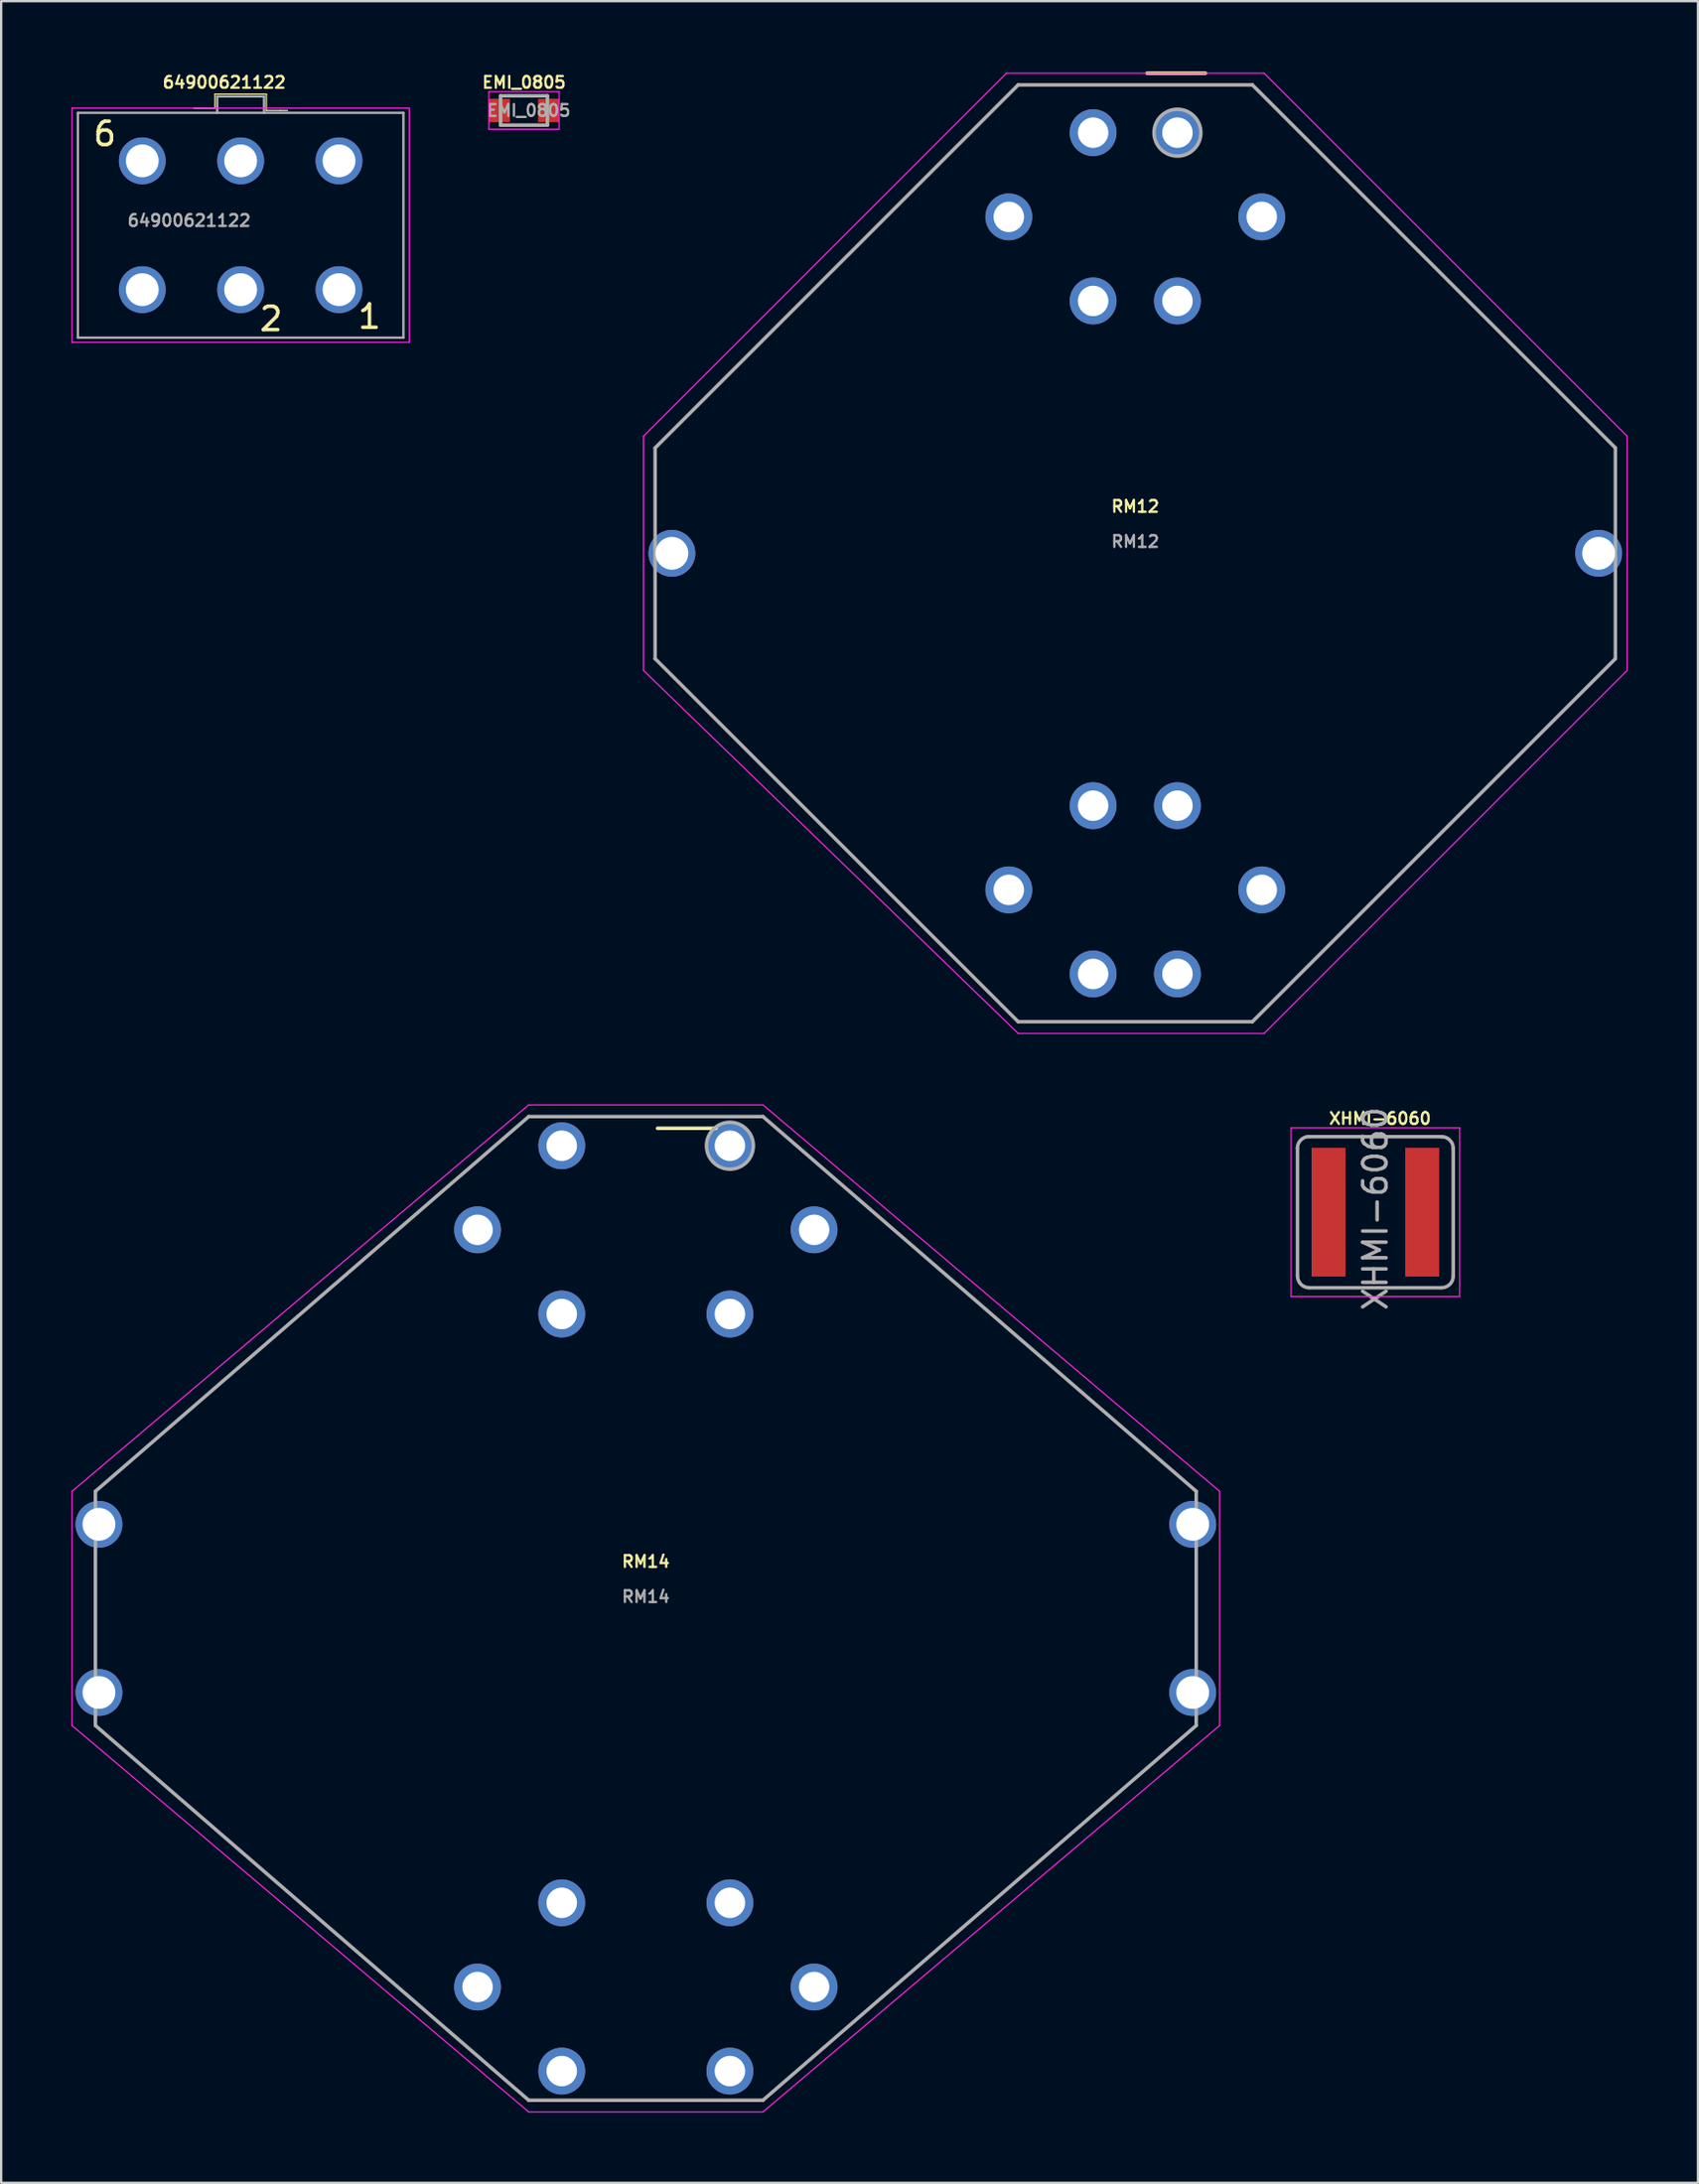
<source format=kicad_pcb>
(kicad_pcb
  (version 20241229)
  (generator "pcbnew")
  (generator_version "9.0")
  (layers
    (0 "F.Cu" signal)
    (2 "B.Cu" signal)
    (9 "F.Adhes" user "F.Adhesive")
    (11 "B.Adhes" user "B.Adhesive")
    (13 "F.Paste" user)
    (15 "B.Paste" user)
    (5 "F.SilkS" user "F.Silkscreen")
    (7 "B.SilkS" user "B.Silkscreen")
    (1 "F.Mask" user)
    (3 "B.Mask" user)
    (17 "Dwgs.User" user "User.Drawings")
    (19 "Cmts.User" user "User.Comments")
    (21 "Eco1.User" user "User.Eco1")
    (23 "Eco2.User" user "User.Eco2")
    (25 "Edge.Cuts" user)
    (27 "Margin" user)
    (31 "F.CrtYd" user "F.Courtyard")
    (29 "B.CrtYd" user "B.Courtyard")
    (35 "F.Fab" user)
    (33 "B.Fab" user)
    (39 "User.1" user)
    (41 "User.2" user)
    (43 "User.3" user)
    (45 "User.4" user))
  (footprint "XHMI-6060"
    (layer "F.Cu")
    (at 55.675 48.708)
    (property "Reference" "XHMI-6060" (at 0.2 -4 0) (layer "F.SilkS") (effects (font (size 0.5 0.5) (thickness 0.1))))
    (attr smd)
    (fp_line (start -3.6 -3.6) (end -3.6 3.6) (stroke (width 0.05) (type solid)) (layer "F.CrtYd"))
    (fp_line (start -3.6 3.6) (end 3.6 3.6) (stroke (width 0.05) (type solid)) (layer "F.CrtYd"))
    (fp_line (start 3.6 -3.6) (end -3.6 -3.6) (stroke (width 0.05) (type solid)) (layer "F.CrtYd"))
    (fp_line (start 3.6 3.6) (end 3.6 -3.6) (stroke (width 0.05) (type solid)) (layer "F.CrtYd"))
    (fp_line (start -3.325 2.72) (end -3.325 -2.73) (stroke (width 0.15) (type solid)) (layer "F.Fab"))
    (fp_line (start -2.82 -3.225) (end 2.83 -3.225) (stroke (width 0.15) (type solid)) (layer "F.Fab"))
    (fp_line (start 2.82 3.225) (end -2.83 3.225) (stroke (width 0.15) (type solid)) (layer "F.Fab"))
    (fp_line (start 3.325 -2.72) (end 3.325 2.71) (stroke (width 0.15) (type solid)) (layer "F.Fab"))
    (fp_arc (start -3.33 -2.73) (mid -3.183553 -3.083553) (end -2.83 -3.23) (stroke (width 0.15) (type solid)) (layer "F.Fab"))
    (fp_arc (start -2.825 3.225) (mid -3.178553 3.078553) (end -3.325 2.725) (stroke (width 0.15) (type solid)) (layer "F.Fab"))
    (fp_arc (start 2.825 -3.225) (mid 3.178553 -3.078553) (end 3.325 -2.725) (stroke (width 0.15) (type solid)) (layer "F.Fab"))
    (fp_arc (start 3.325 2.725) (mid 3.178553 3.078553) (end 2.825 3.225) (stroke (width 0.15) (type solid)) (layer "F.Fab"))
    (fp_text user "${REFERENCE}" (at 0 -0.15 90) (layer "F.Fab") (effects (font (size 1 1) (thickness 0.15))))
    (pad "1" smd rect (at -2 0) (size 1.45 5.5) (layers "F.Cu" "F.Mask" "F.Paste"))
    (pad "2" smd rect (at 2 0) (size 1.45 5.5) (layers "F.Cu" "F.Mask" "F.Paste")))
  (footprint "RM14"
    (layer "F.Cu")
    (at 24.525 65.625)
    (property "Reference" "RM14" (at 0 -2 0) (layer "F.SilkS") (effects (font (size 0.5 0.5) (thickness 0.1))))
    (attr through_hole)
    (fp_line (start 0.5 -20.5) (end 3 -20.5) (stroke (width 0.15) (type solid)) (layer "F.SilkS"))
    (fp_line (start -24.5 -5) (end -24.5 5) (stroke (width 0.05) (type solid)) (layer "F.CrtYd"))
    (fp_line (start -24.5 -5) (end -5 -21.5) (stroke (width 0.05) (type solid)) (layer "F.CrtYd"))
    (fp_line (start -5 -21.5) (end 5 -21.5) (stroke (width 0.05) (type solid)) (layer "F.CrtYd"))
    (fp_line (start -5 21.5) (end -24.5 5) (stroke (width 0.05) (type solid)) (layer "F.CrtYd"))
    (fp_line (start -5 21.5) (end 5 21.5) (stroke (width 0.05) (type solid)) (layer "F.CrtYd"))
    (fp_line (start 5 21.5) (end 24.5 5) (stroke (width 0.05) (type solid)) (layer "F.CrtYd"))
    (fp_line (start 24.5 -5) (end 5 -21.5) (stroke (width 0.05) (type solid)) (layer "F.CrtYd"))
    (fp_line (start 24.5 5) (end 24.5 -5) (stroke (width 0.05) (type solid)) (layer "F.CrtYd"))
    (fp_line (start -23.5 5) (end -23.5 -5) (stroke (width 0.15) (type solid)) (layer "F.Fab"))
    (fp_line (start -5 -21) (end -23.5 -5) (stroke (width 0.15) (type solid)) (layer "F.Fab"))
    (fp_line (start -5 -21) (end 5 -21) (stroke (width 0.15) (type solid)) (layer "F.Fab"))
    (fp_line (start -5 21) (end -23.5 5) (stroke (width 0.15) (type solid)) (layer "F.Fab"))
    (fp_line (start 5 -21) (end 23.5 -5) (stroke (width 0.15) (type solid)) (layer "F.Fab"))
    (fp_line (start 5 21) (end -5 21) (stroke (width 0.15) (type solid)) (layer "F.Fab"))
    (fp_line (start 5 21) (end 23.5 5) (stroke (width 0.15) (type solid)) (layer "F.Fab"))
    (fp_line (start 23.5 -5) (end 23.5 5) (stroke (width 0.15) (type solid)) (layer "F.Fab"))
    (fp_circle (center 3.59 -19.755) (end 4.59 -19.755) (stroke (width 0.15) (type solid)) (fill no) (layer "F.Fab"))
    (fp_text user "${REFERENCE}" (at 0 -0.5 0) (layer "F.Fab") (effects (font (size 0.5 0.5) (thickness 0.1))))
    (pad "" thru_hole circle (at -23.35 -3.59) (size 2 2) (drill 1.4) (layers "*.Cu" "*.Mask"))
    (pad "" thru_hole circle (at -23.35 3.59) (size 2 2) (drill 1.4) (layers "*.Cu" "*.Mask"))
    (pad "" thru_hole circle (at 23.35 -3.59) (size 2 2) (drill 1.4) (layers "*.Cu" "*.Mask"))
    (pad "" thru_hole circle (at 23.35 3.59) (size 2 2) (drill 1.4) (layers "*.Cu" "*.Mask"))
    (pad "1" thru_hole circle (at 3.59 -19.755) (size 2 2) (drill 1.3) (layers "*.Cu" "*.Mask"))
    (pad "2" thru_hole circle (at 7.185 -16.165) (size 2 2) (drill 1.3) (layers "*.Cu" "*.Mask"))
    (pad "3" thru_hole circle (at 3.59 -12.57) (size 2 2) (drill 1.3) (layers "*.Cu" "*.Mask"))
    (pad "4" thru_hole circle (at 3.59 12.57) (size 2 2) (drill 1.3) (layers "*.Cu" "*.Mask"))
    (pad "5" thru_hole circle (at 7.185 16.165) (size 2 2) (drill 1.3) (layers "*.Cu" "*.Mask"))
    (pad "6" thru_hole circle (at 3.59 19.755) (size 2 2) (drill 1.3) (layers "*.Cu" "*.Mask"))
    (pad "7" thru_hole circle (at -3.59 19.755) (size 2 2) (drill 1.3) (layers "*.Cu" "*.Mask"))
    (pad "8" thru_hole circle (at -7.185 16.165) (size 2 2) (drill 1.3) (layers "*.Cu" "*.Mask"))
    (pad "9" thru_hole circle (at -3.59 12.57) (size 2 2) (drill 1.3) (layers "*.Cu" "*.Mask"))
    (pad "10" thru_hole circle (at -3.59 -12.57) (size 2 2) (drill 1.3) (layers "*.Cu" "*.Mask"))
    (pad "11" thru_hole circle (at -7.185 -16.165) (size 2 2) (drill 1.3) (layers "*.Cu" "*.Mask"))
    (pad "12" thru_hole circle (at -3.59 -19.755) (size 2 2) (drill 1.3) (layers "*.Cu" "*.Mask")))
  (footprint "EMI_0805"
    (layer "F.Cu")
    (at 19.324 1.668)
    (property "Reference" "EMI_0805" (at 0 -1.2 0) (layer "F.SilkS") (effects (font (size 0.5 0.5) (thickness 0.1))))
    (attr smd)
    (fp_line (start -1.5 -0.8) (end -1.5 0.8) (stroke (width 0.05) (type solid)) (layer "F.CrtYd"))
    (fp_line (start -1.5 -0.8) (end 1.5 -0.8) (stroke (width 0.05) (type solid)) (layer "F.CrtYd"))
    (fp_line (start -1.5 0.8) (end 1.5 0.8) (stroke (width 0.05) (type solid)) (layer "F.CrtYd"))
    (fp_line (start 1.5 -0.8) (end 1.5 0.8) (stroke (width 0.05) (type solid)) (layer "F.CrtYd"))
    (fp_line (start -1 -0.625) (end -1 0.625) (stroke (width 0.15) (type solid)) (layer "F.Fab"))
    (fp_line (start -1 0.625) (end 1 0.625) (stroke (width 0.15) (type solid)) (layer "F.Fab"))
    (fp_line (start 1 -0.625) (end -1 -0.625) (stroke (width 0.15) (type solid)) (layer "F.Fab"))
    (fp_line (start 1 0.625) (end 1 -0.625) (stroke (width 0.15) (type solid)) (layer "F.Fab"))
    (fp_text user "${REFERENCE}" (at 0.2 0 0) (layer "F.Fab") (effects (font (size 0.5 0.5) (thickness 0.1))))
    (pad "1" smd rect (at -1.05 0) (size 0.9 1) (layers "F.Cu" "F.Mask" "F.Paste"))
    (pad "2" smd rect (at 1.05 0) (size 0.9 1) (layers "F.Cu" "F.Mask" "F.Paste")))
  (footprint "64900621122"
    (layer "F.Cu")
    (at 7.225 6.568)
    (property "Reference" "64900621122" (at -0.7 -6.1 0) (layer "F.SilkS") (effects (font (size 0.5 0.5) (thickness 0.1))))
    (attr through_hole)
    (fp_line (start -2 -5) (end -1.1 -5) (stroke (width 0.05) (type solid)) (layer "F.SilkS"))
    (fp_line (start -1.1 -5.6) (end 1.1 -5.6) (stroke (width 0.05) (type solid)) (layer "F.SilkS"))
    (fp_line (start -1.1 -5) (end -1.1 -5.6) (stroke (width 0.05) (type solid)) (layer "F.SilkS"))
    (fp_line (start 1.1 -5.6) (end 1.1 -4.9) (stroke (width 0.05) (type solid)) (layer "F.SilkS"))
    (fp_line (start 1.1 -4.9) (end 2 -4.9) (stroke (width 0.05) (type solid)) (layer "F.SilkS"))
    (fp_line (start 1.7 -4.9) (end 1.7 -4.9) (stroke (width 0.05) (type solid)) (layer "F.SilkS"))
    (fp_line (start -7.2 -5) (end 7.2 -5) (stroke (width 0.05) (type solid)) (layer "F.CrtYd"))
    (fp_line (start -7.2 5) (end -7.2 -5) (stroke (width 0.05) (type solid)) (layer "F.CrtYd"))
    (fp_line (start 7.2 -5) (end 7.2 5) (stroke (width 0.05) (type solid)) (layer "F.CrtYd"))
    (fp_line (start 7.2 5) (end -7.2 5) (stroke (width 0.05) (type solid)) (layer "F.CrtYd"))
    (fp_line (start -6.95 -4.8) (end 6.95 -4.8) (stroke (width 0.1) (type solid)) (layer "F.Fab"))
    (fp_line (start -6.95 4.8) (end -6.95 -4.8) (stroke (width 0.1) (type solid)) (layer "F.Fab"))
    (fp_line (start -1 -5.5) (end 1 -5.5) (stroke (width 0.1) (type solid)) (layer "F.Fab"))
    (fp_line (start -1 -4.8) (end -1 -5.5) (stroke (width 0.1) (type solid)) (layer "F.Fab"))
    (fp_line (start 1 -5.5) (end 1 -4.8) (stroke (width 0.1) (type solid)) (layer "F.Fab"))
    (fp_line (start 6.95 -4.8) (end 6.95 4.8) (stroke (width 0.1) (type solid)) (layer "F.Fab"))
    (fp_line (start 6.95 4.8) (end -6.95 4.8) (stroke (width 0.1) (type solid)) (layer "F.Fab"))
    (fp_text user "1" (at 5.5 3.9 0) (layer "F.SilkS") (effects (font (size 1 1) (thickness 0.15))))
    (fp_text user "6" (at -5.8 -3.9 0) (layer "F.SilkS") (effects (font (size 1 1) (thickness 0.15))))
    (fp_text user "2" (at 1.3 4 0) (layer "F.SilkS") (effects (font (size 1 1) (thickness 0.15))))
    (fp_text user "${REFERENCE}" (at -2.2 -0.2 0) (layer "F.Fab") (effects (font (size 0.5 0.5) (thickness 0.1))))
    (pad "1" thru_hole circle (at 4.2 2.75) (size 2 2) (drill 1.4) (layers "*.Cu" "*.Mask"))
    (pad "2" thru_hole circle (at 0 2.75) (size 2 2) (drill 1.4) (layers "*.Cu" "*.Mask"))
    (pad "3" thru_hole circle (at -4.2 2.75) (size 2 2) (drill 1.4) (layers "*.Cu" "*.Mask"))
    (pad "4" thru_hole circle (at 4.2 -2.75) (size 2 2) (drill 1.4) (layers "*.Cu" "*.Mask"))
    (pad "5" thru_hole circle (at 0 -2.75) (size 2 2) (drill 1.4) (layers "*.Cu" "*.Mask"))
    (pad "6" thru_hole circle (at -4.2 -2.75) (size 2 2) (drill 1.4) (layers "*.Cu" "*.Mask")))
  (footprint "RM12"
    (layer "F.Cu")
    (at 45.423 20.575)
    (property "Reference" "RM12" (at 0 -2 0) (layer "F.SilkS") (effects (font (size 0.5 0.5) (thickness 0.1))))
    (attr smd)
    (fp_line (start -20.5 -4.5) (end -20.5 -4.5) (stroke (width 0.05) (type solid)) (layer "F.SilkS"))
    (fp_line (start 0.5 -20.5) (end 3 -20.5) (stroke (width 0.15) (type solid)) (layer "F.SilkS"))
    (fp_line (start 20.5 -4.5) (end 20.5 -4.5) (stroke (width 0.05) (type solid)) (layer "F.SilkS"))
    (fp_line (start -21 -5) (end -21 5) (stroke (width 0.05) (type solid)) (layer "F.CrtYd"))
    (fp_line (start -21 -5) (end -5.5 -20.5) (stroke (width 0.05) (type solid)) (layer "F.CrtYd"))
    (fp_line (start -5.5 -20.5) (end 5.5 -20.5) (stroke (width 0.05) (type solid)) (layer "F.CrtYd"))
    (fp_line (start -5 20.5) (end -21 5) (stroke (width 0.05) (type solid)) (layer "F.CrtYd"))
    (fp_line (start -5 20.5) (end 5.5 20.5) (stroke (width 0.05) (type solid)) (layer "F.CrtYd"))
    (fp_line (start 5.5 20.5) (end 21 5) (stroke (width 0.05) (type solid)) (layer "F.CrtYd"))
    (fp_line (start 21 -5) (end 5.5 -20.5) (stroke (width 0.05) (type solid)) (layer "F.CrtYd"))
    (fp_line (start 21 5) (end 21 -5) (stroke (width 0.05) (type solid)) (layer "F.CrtYd"))
    (fp_line (start -20.5 4.5) (end -20.5 -4.5) (stroke (width 0.15) (type solid)) (layer "F.Fab"))
    (fp_line (start -5 -20) (end -20.5 -4.5) (stroke (width 0.15) (type solid)) (layer "F.Fab"))
    (fp_line (start -5 -20) (end 5 -20) (stroke (width 0.15) (type solid)) (layer "F.Fab"))
    (fp_line (start -5 20) (end -20.5 4.5) (stroke (width 0.15) (type solid)) (layer "F.Fab"))
    (fp_line (start 5 -20) (end 20.5 -4.5) (stroke (width 0.15) (type solid)) (layer "F.Fab"))
    (fp_line (start 5 20) (end -5 20) (stroke (width 0.15) (type solid)) (layer "F.Fab"))
    (fp_line (start 5 20) (end 20.5 4.5) (stroke (width 0.15) (type solid)) (layer "F.Fab"))
    (fp_line (start 20.5 -4.5) (end 20.5 4.5) (stroke (width 0.15) (type solid)) (layer "F.Fab"))
    (fp_circle (center 1.8 -17.96) (end 2.8 -17.96) (stroke (width 0.15) (type solid)) (fill no) (layer "F.Fab"))
    (fp_text user "${REFERENCE}" (at 0 -0.5 0) (layer "F.Fab") (effects (font (size 0.5 0.5) (thickness 0.1))))
    (pad "" thru_hole circle (at -19.785 0) (size 2 2) (drill 1.4) (layers "*.Cu" "*.Mask"))
    (pad "" thru_hole circle (at 19.785 0) (size 2 2) (drill 1.4) (layers "*.Cu" "*.Mask"))
    (pad "1" thru_hole circle (at 1.8 -17.96) (size 2 2) (drill 1.3) (layers "*.Cu" "*.Mask"))
    (pad "2" thru_hole circle (at 5.4 -14.365) (size 2 2) (drill 1.3) (layers "*.Cu" "*.Mask"))
    (pad "3" thru_hole circle (at 1.8 -10.775) (size 2 2) (drill 1.3) (layers "*.Cu" "*.Mask"))
    (pad "4" thru_hole circle (at 1.8 10.775) (size 2 2) (drill 1.3) (layers "*.Cu" "*.Mask"))
    (pad "5" thru_hole circle (at 5.4 14.37) (size 2 2) (drill 1.3) (layers "*.Cu" "*.Mask"))
    (pad "6" thru_hole circle (at 1.8 17.96) (size 2 2) (drill 1.3) (layers "*.Cu" "*.Mask"))
    (pad "7" thru_hole circle (at -1.8 17.96) (size 2 2) (drill 1.3) (layers "*.Cu" "*.Mask"))
    (pad "8" thru_hole circle (at -5.4 14.37) (size 2 2) (drill 1.3) (layers "*.Cu" "*.Mask"))
    (pad "9" thru_hole circle (at -1.8 10.775) (size 2 2) (drill 1.3) (layers "*.Cu" "*.Mask"))
    (pad "10" thru_hole circle (at -1.8 -10.775) (size 2 2) (drill 1.3) (layers "*.Cu" "*.Mask"))
    (pad "11" thru_hole circle (at -5.4 -14.365) (size 2 2) (drill 1.3) (layers "*.Cu" "*.Mask"))
    (pad "12" thru_hole circle (at -1.8 -17.96) (size 2 2) (drill 1.3) (layers "*.Cu" "*.Mask")))
  (gr_rect
    (start -3 -3)
    (end 69.448 90.15)
    (stroke (width 0.1) (type default))
    (fill no)
    (layer "Edge.Cuts")))
</source>
